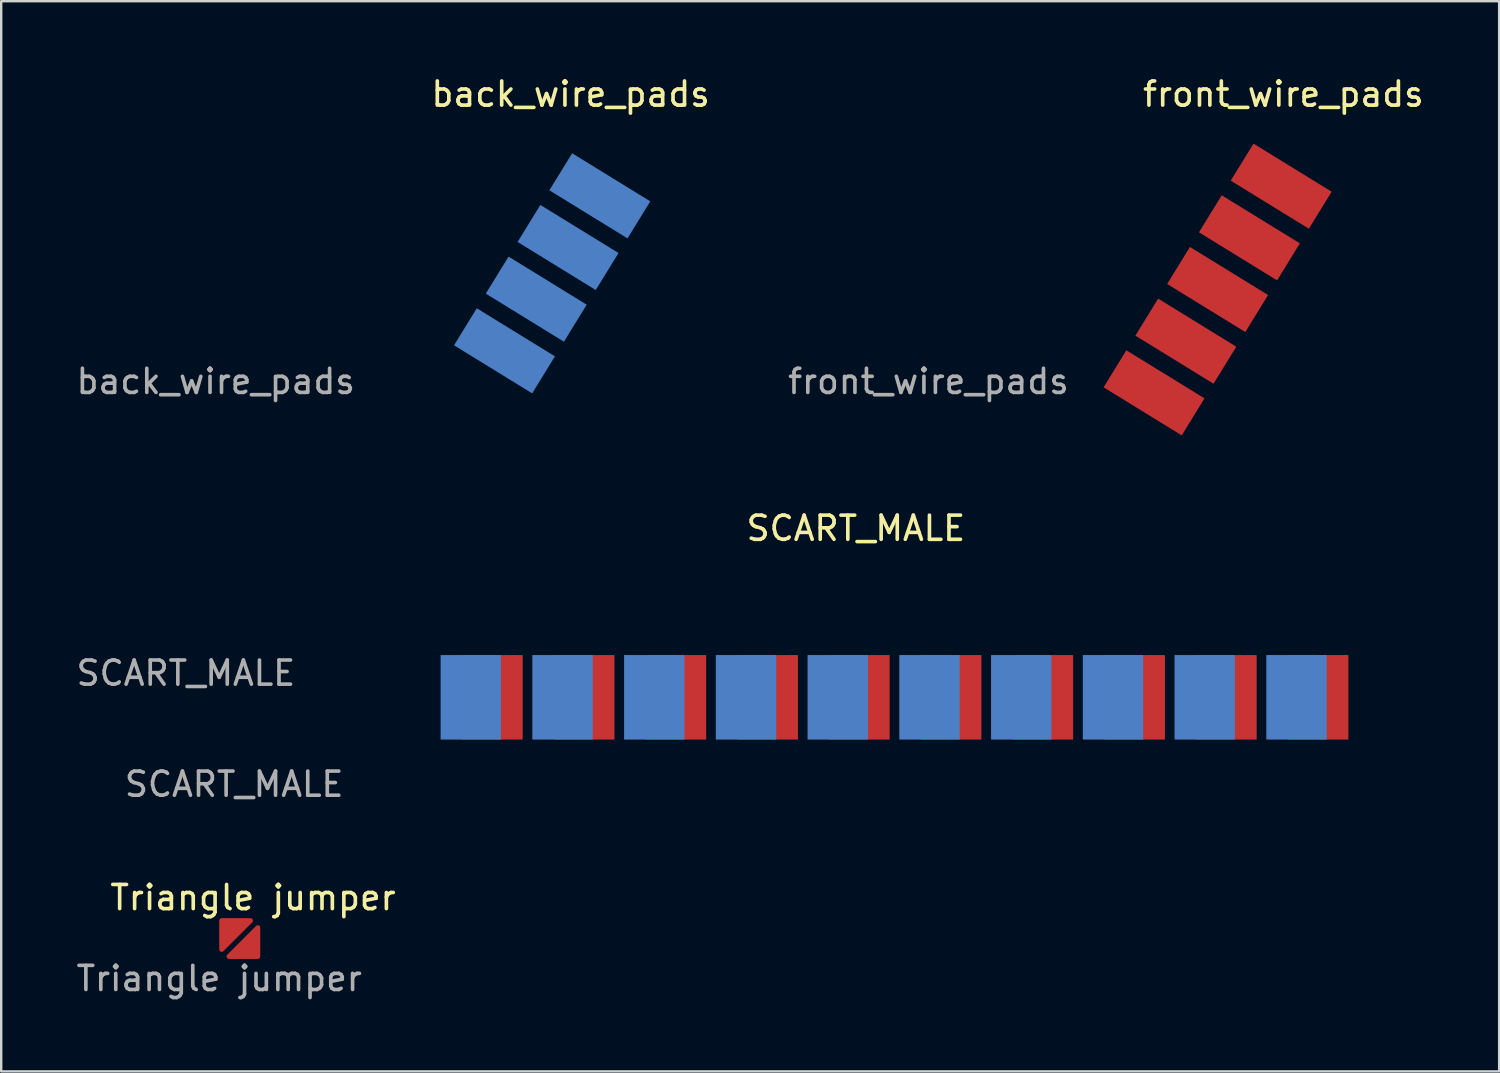
<source format=kicad_pcb>
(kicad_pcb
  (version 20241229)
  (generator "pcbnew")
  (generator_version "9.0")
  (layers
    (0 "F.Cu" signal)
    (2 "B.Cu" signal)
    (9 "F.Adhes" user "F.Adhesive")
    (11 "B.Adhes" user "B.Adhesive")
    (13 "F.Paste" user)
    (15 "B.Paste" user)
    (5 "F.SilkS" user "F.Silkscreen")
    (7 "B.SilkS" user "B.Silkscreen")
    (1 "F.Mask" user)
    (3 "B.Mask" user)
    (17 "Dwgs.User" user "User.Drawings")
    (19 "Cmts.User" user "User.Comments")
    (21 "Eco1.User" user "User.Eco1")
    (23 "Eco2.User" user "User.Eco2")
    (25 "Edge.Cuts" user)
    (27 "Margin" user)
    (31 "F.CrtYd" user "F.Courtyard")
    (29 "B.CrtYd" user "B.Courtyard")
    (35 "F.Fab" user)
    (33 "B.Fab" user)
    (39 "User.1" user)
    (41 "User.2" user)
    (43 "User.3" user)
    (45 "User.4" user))
  (footprint "Triangle jumper"
    (layer "F.Cu")
    (at 6.03 34.978)
    (property "Reference" "Triangle jumper" (at 1.4 -0.85 0) (unlocked yes) (layer "F.SilkS") (effects (font (size 1 1) (thickness 0.15))))
    (attr smd)
    (fp_text user "${REFERENCE}" (at 0 2.5 0) (unlocked yes) (layer "F.Fab") (effects (font (size 1 1) (thickness 0.15))))
    (pad "1" smd custom (at 0.4 0.4) (size 0.001 0.001) (layers "F.Cu" "F.Mask" "F.Paste") (options (anchor rect)) (primitives (gr_poly (pts (xy -0.3 -0.3) (xy -0.3 0.9) (xy 0.9 -0.3)) (width 0.2) (fill yes))))
    (pad "2" smd custom (at 1.3 1.29 180) (size 0.001 0.001) (layers "F.Cu" "F.Mask" "F.Paste") (options (anchor rect)) (primitives (gr_poly (pts (xy -0.3 -0.3) (xy -0.3 0.9) (xy 0.9 -0.3)) (width 0.2) (fill yes)))))
  (footprint "back_wire_pads"
    (layer "F.Cu")
    (at 17.287 6.748)
    (property "Reference" "back_wire_pads" (at 3.3 -5.9 0) (unlocked yes) (layer "F.SilkS") (effects (font (size 1 1) (thickness 0.15))))
    (attr smd)
    (fp_text user "${REFERENCE}" (at -11.4 6 0) (unlocked yes) (layer "F.Fab") (effects (font (size 1 1) (thickness 0.15))))
    (pad "1" smd rect (at 4.507 -1.687 328.4) (size 3.8 1.8) (layers "B.Cu" "B.Mask" "B.Paste"))
    (pad "2" smd rect (at 3.191 0.453 328.4) (size 3.8 1.8) (layers "B.Cu" "B.Mask" "B.Paste"))
    (pad "3" smd rect (at 1.874 2.593 328.4) (size 3.8 1.8) (layers "B.Cu" "B.Mask" "B.Paste"))
    (pad "4" smd rect (at 0.558 4.733 328.4) (size 3.8 1.8) (layers "B.Cu" "B.Mask" "B.Paste")))
  (footprint "front_wire_pads"
    (layer "F.Cu")
    (at 46.808 6.748)
    (property "Reference" "front_wire_pads" (at 3.3 -5.9 0) (unlocked yes) (layer "F.SilkS") (effects (font (size 1 1) (thickness 0.15))))
    (attr smd)
    (fp_text user "${REFERENCE}" (at -11.4 6 0) (unlocked yes) (layer "F.Fab") (effects (font (size 1 1) (thickness 0.15))))
    (pad "1" smd rect (at 3.207 -2.087 328.4) (size 3.8 1.8) (layers "F.Cu" "F.Mask" "F.Paste"))
    (pad "2" smd rect (at 1.891 0.053 328.4) (size 3.8 1.8) (layers "F.Cu" "F.Mask" "F.Paste"))
    (pad "3" smd rect (at 0.574 2.193 328.4) (size 3.8 1.8) (layers "F.Cu" "F.Mask" "F.Paste"))
    (pad "4" smd rect (at -0.742 4.333 328.4) (size 3.8 1.8) (layers "F.Cu" "F.Mask" "F.Paste"))
    (pad "5" smd rect (at -2.059 6.473 328.4) (size 3.8 1.8) (layers "F.Cu" "F.Mask" "F.Paste")))
  (footprint "SCART_MALE"
    (layer "F.Cu")
    (at 14.399 24.082)
    (property "Reference" "SCART_MALE" (at 18 -5.25 0) (unlocked yes) (layer "F.SilkS") (effects (font (size 1 1) (thickness 0.15))))
    (attr smd)
    (fp_text user "${REFERENCE}" (at -9.75 0.75 0) (unlocked yes) (layer "F.Fab") (effects (font (size 1 1) (thickness 0.15))))
    (fp_text user "${REFERENCE}" (at -7.75 5.35 0) (unlocked yes) (layer "F.Fab") (effects (font (size 1 1) (thickness 0.15))))
    (pad "1" smd rect (at 2.05 1.75 270) (size 3.5 2.5) (layers "B.Cu" "B.Mask" "B.Paste"))
    (pad "2" smd rect (at 2.95 1.75 90) (size 3.5 2.5) (layers "F.Cu" "F.Mask" "F.Paste"))
    (pad "3" smd rect (at 5.85 1.75 270) (size 3.5 2.5) (layers "B.Cu" "B.Mask" "B.Paste"))
    (pad "4" smd rect (at 6.75 1.75 90) (size 3.5 2.5) (layers "F.Cu" "F.Mask" "F.Paste"))
    (pad "5" smd rect (at 9.65 1.75 270) (size 3.5 2.5) (layers "B.Cu" "B.Mask" "B.Paste"))
    (pad "6" smd rect (at 10.55 1.75 90) (size 3.5 2.5) (layers "F.Cu" "F.Mask" "F.Paste"))
    (pad "7" smd rect (at 13.45 1.75 270) (size 3.5 2.5) (layers "B.Cu" "B.Mask" "B.Paste"))
    (pad "8" smd rect (at 14.35 1.75 90) (size 3.5 2.5) (layers "F.Cu" "F.Mask" "F.Paste"))
    (pad "9" smd rect (at 17.25 1.75 270) (size 3.5 2.5) (layers "B.Cu" "B.Mask" "B.Paste"))
    (pad "10" smd rect (at 18.15 1.75 90) (size 3.5 2.5) (layers "F.Cu" "F.Mask" "F.Paste"))
    (pad "11" smd rect (at 21.05 1.75 270) (size 3.5 2.5) (layers "B.Cu" "B.Mask" "B.Paste"))
    (pad "12" smd rect (at 21.95 1.75 90) (size 3.5 2.5) (layers "F.Cu" "F.Mask" "F.Paste"))
    (pad "13" smd rect (at 24.85 1.75 270) (size 3.5 2.5) (layers "B.Cu" "B.Mask" "B.Paste"))
    (pad "14" smd rect (at 25.75 1.75 90) (size 3.5 2.5) (layers "F.Cu" "F.Mask" "F.Paste"))
    (pad "15" smd rect (at 28.65 1.75 270) (size 3.5 2.5) (layers "B.Cu" "B.Mask" "B.Paste"))
    (pad "16" smd rect (at 29.55 1.75 90) (size 3.5 2.5) (layers "F.Cu" "F.Mask" "F.Paste"))
    (pad "17" smd rect (at 32.45 1.75 270) (size 3.5 2.5) (layers "B.Cu" "B.Mask" "B.Paste"))
    (pad "18" smd rect (at 33.35 1.75 90) (size 3.5 2.5) (layers "F.Cu" "F.Mask" "F.Paste"))
    (pad "19" smd rect (at 36.25 1.75 270) (size 3.5 2.5) (layers "B.Cu" "B.Mask" "B.Paste"))
    (pad "20" smd rect (at 37.15 1.75 90) (size 3.5 2.5) (layers "F.Cu" "F.Mask" "F.Paste")))
  (gr_rect
    (start -3 -3)
    (end 59.043 41.327)
    (stroke (width 0.1) (type default))
    (fill no)
    (layer "Edge.Cuts")))
</source>
